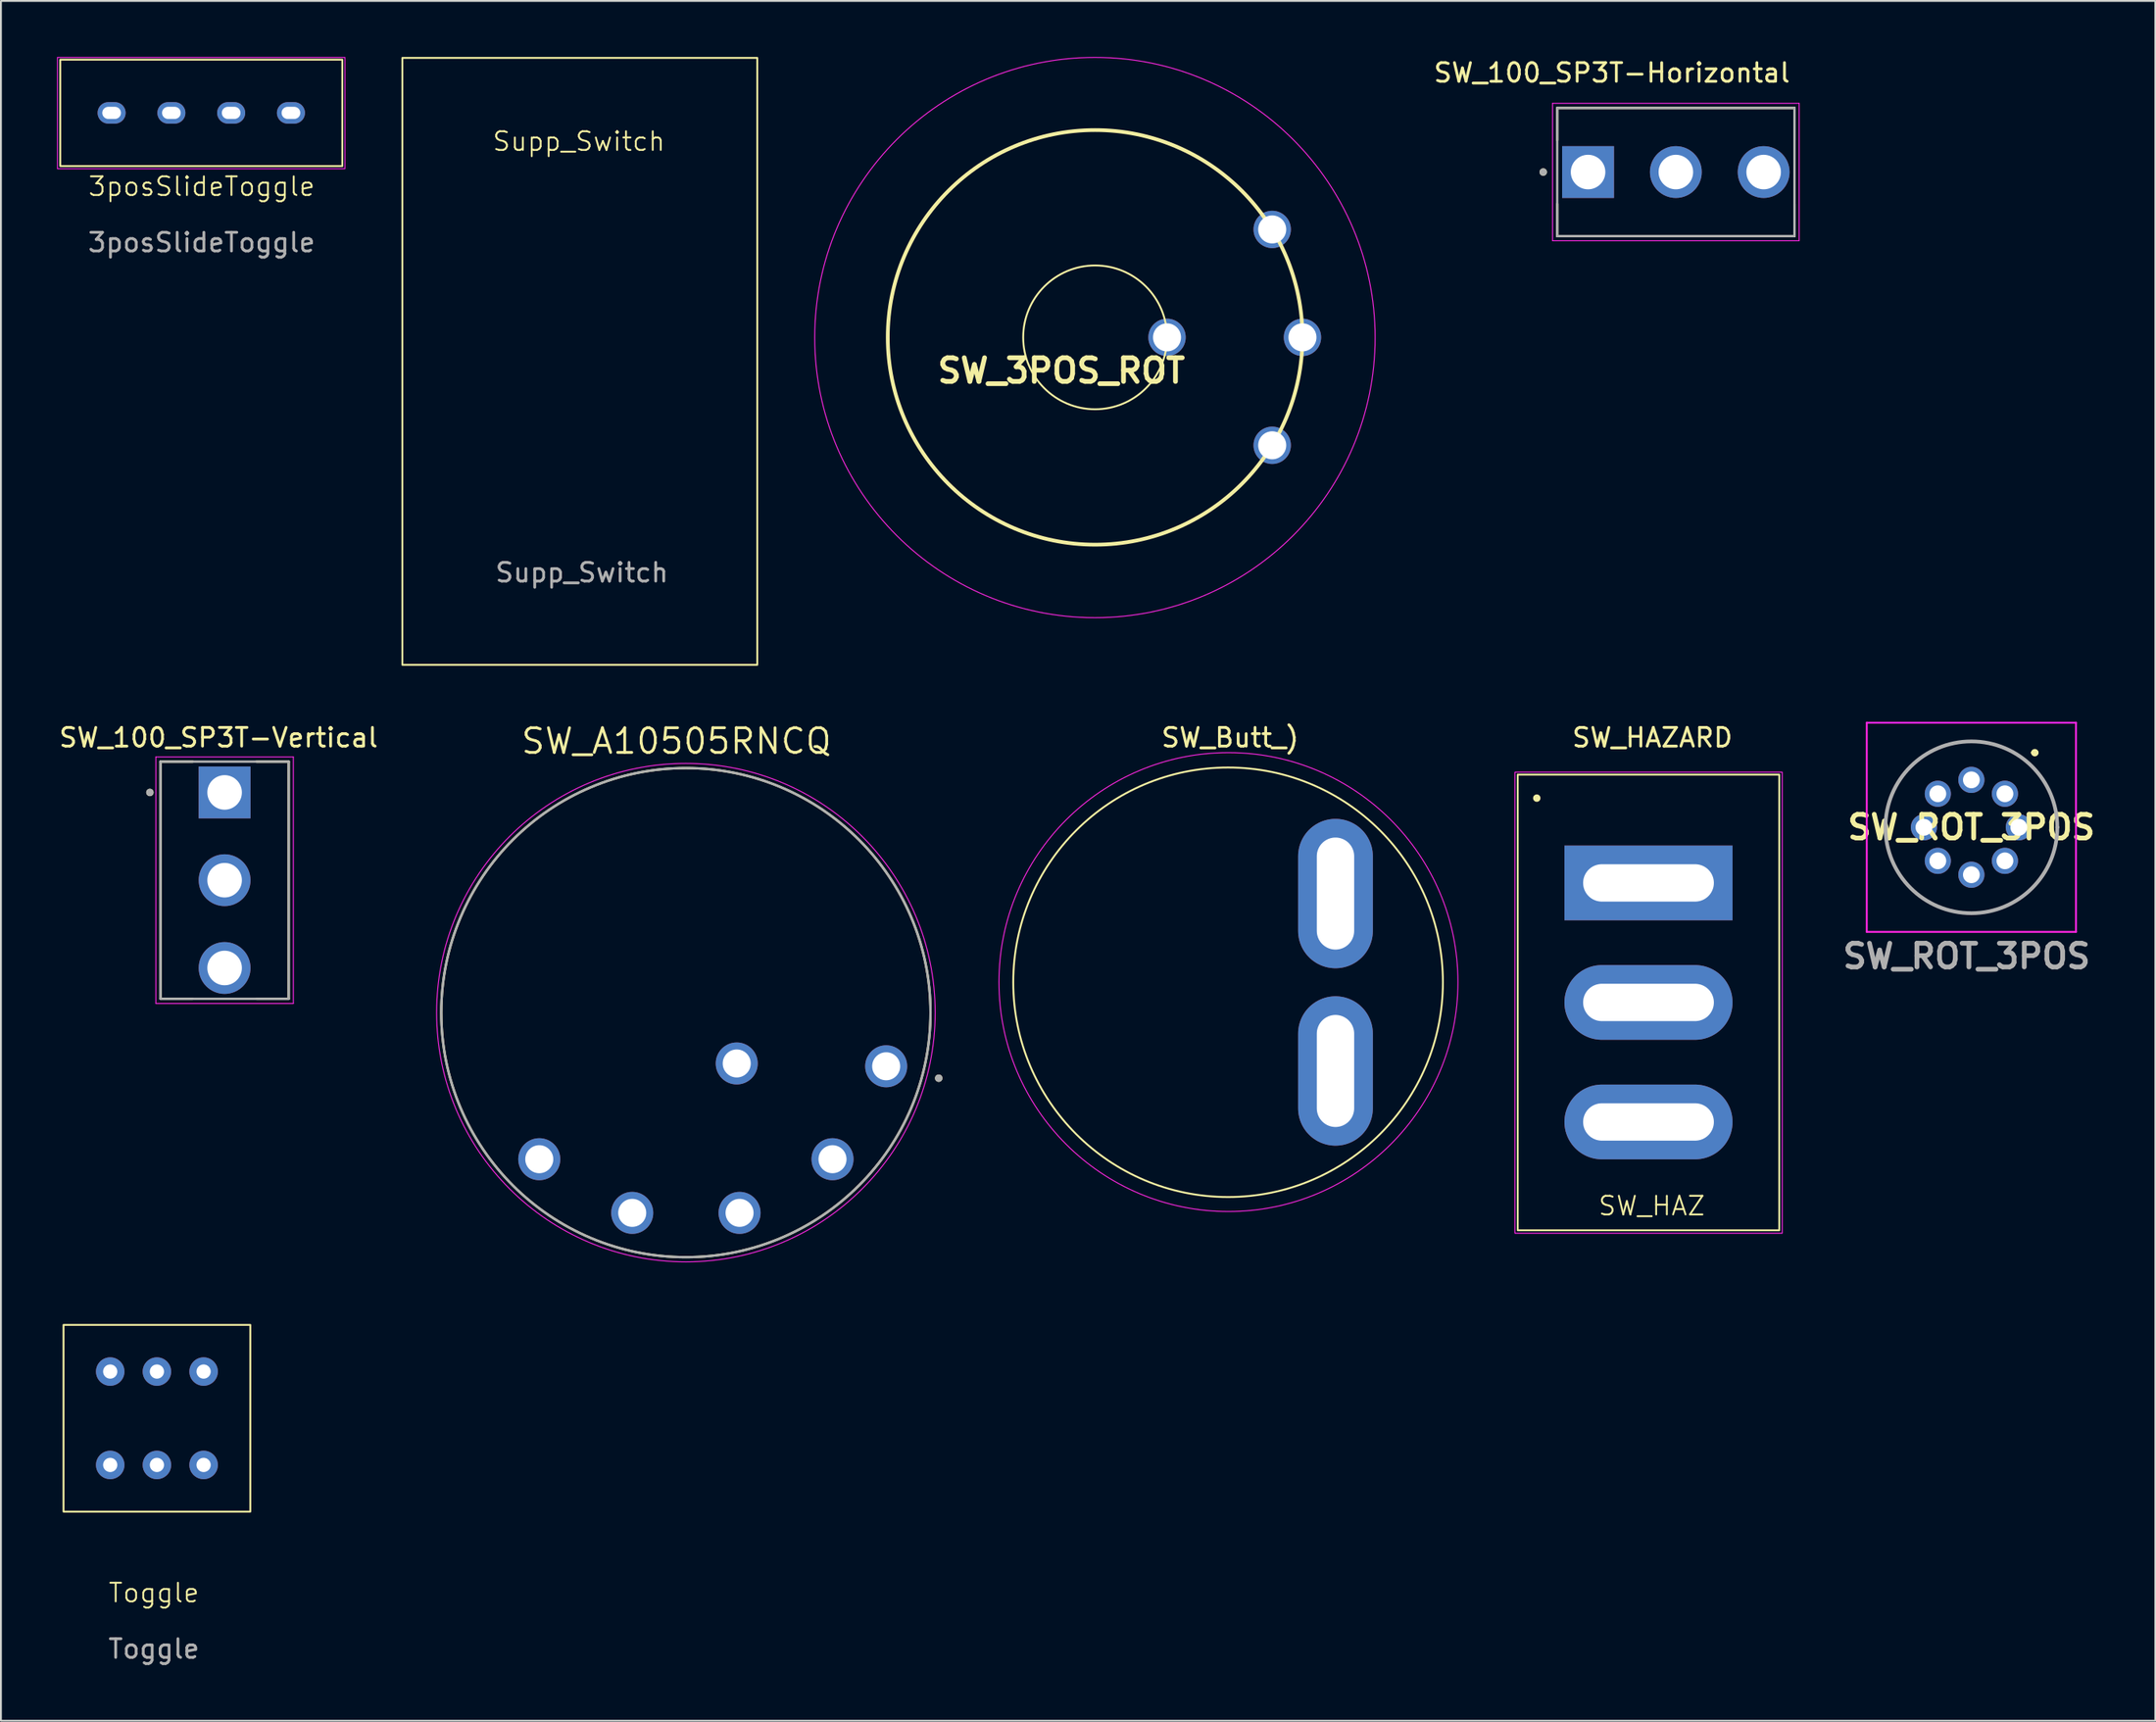
<source format=kicad_pcb>
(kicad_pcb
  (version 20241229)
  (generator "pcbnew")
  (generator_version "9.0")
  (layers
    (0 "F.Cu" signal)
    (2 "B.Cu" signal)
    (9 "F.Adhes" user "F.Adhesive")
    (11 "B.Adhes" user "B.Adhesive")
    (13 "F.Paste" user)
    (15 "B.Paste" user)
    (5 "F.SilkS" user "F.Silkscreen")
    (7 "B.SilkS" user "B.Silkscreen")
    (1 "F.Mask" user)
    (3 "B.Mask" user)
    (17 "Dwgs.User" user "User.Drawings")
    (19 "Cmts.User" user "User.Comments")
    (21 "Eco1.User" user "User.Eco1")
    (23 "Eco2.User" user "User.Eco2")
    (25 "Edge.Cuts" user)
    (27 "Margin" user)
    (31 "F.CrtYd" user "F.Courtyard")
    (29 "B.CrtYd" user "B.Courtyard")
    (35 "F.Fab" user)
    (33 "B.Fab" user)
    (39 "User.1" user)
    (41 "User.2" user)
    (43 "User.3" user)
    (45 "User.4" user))
  (footprint "SW_100_SP3T-Vertical"
    (layer "F.Cu")
    (at 8.974 44.083)
    (property "Reference" "SW_100_SP3T-Vertical" (at -0.325 -7.635 0) (layer "F.SilkS") (effects (font (size 1 1) (thickness 0.15))))
    (attr through_hole)
    (fp_line (start -3.43 6.35) (end -3.43 -6.35) (stroke (width 0.127) (type solid)) (layer "F.SilkS"))
    (fp_line (start -1.71 -6.35) (end -3.43 -6.35) (stroke (width 0.127) (type solid)) (layer "F.SilkS"))
    (fp_line (start -1.71 6.35) (end -3.43 6.35) (stroke (width 0.127) (type solid)) (layer "F.SilkS"))
    (fp_line (start 3.43 -6.35) (end 1.71 -6.35) (stroke (width 0.127) (type solid)) (layer "F.SilkS"))
    (fp_line (start 3.43 -6.35) (end 3.43 6.35) (stroke (width 0.127) (type solid)) (layer "F.SilkS"))
    (fp_line (start 3.43 6.35) (end 1.71 6.35) (stroke (width 0.127) (type solid)) (layer "F.SilkS"))
    (fp_circle (center -4 -4.7) (end -3.9 -4.7) (stroke (width 0.2) (type solid)) (fill no) (layer "F.SilkS"))
    (fp_line (start -3.68 -6.6) (end -3.68 6.6) (stroke (width 0.05) (type solid)) (layer "F.CrtYd"))
    (fp_line (start -3.68 6.6) (end 3.68 6.6) (stroke (width 0.05) (type solid)) (layer "F.CrtYd"))
    (fp_line (start 3.68 -6.6) (end -3.68 -6.6) (stroke (width 0.05) (type solid)) (layer "F.CrtYd"))
    (fp_line (start 3.68 6.6) (end 3.68 -6.6) (stroke (width 0.05) (type solid)) (layer "F.CrtYd"))
    (fp_line (start -3.43 -6.35) (end -3.43 6.35) (stroke (width 0.127) (type solid)) (layer "F.Fab"))
    (fp_line (start -3.43 6.35) (end 3.43 6.35) (stroke (width 0.127) (type solid)) (layer "F.Fab"))
    (fp_line (start 3.43 -6.35) (end -3.43 -6.35) (stroke (width 0.127) (type solid)) (layer "F.Fab"))
    (fp_line (start 3.43 6.35) (end 3.43 -6.35) (stroke (width 0.127) (type solid)) (layer "F.Fab"))
    (fp_circle (center -4 -4.7) (end -3.9 -4.7) (stroke (width 0.2) (type solid)) (fill no) (layer "F.Fab"))
    (pad "1" thru_hole rect (at 0 -4.7) (size 2.775 2.775) (drill 1.85) (layers "*.Cu" "*.Mask"))
    (pad "2" thru_hole circle (at 0 0) (size 2.775 2.775) (drill 1.85) (layers "*.Cu" "*.Mask"))
    (pad "3" thru_hole circle (at 0 4.7) (size 2.775 2.775) (drill 1.85) (layers "*.Cu" "*.Mask")))
  (footprint "3posSlideToggle"
    (layer "F.Cu")
    (at 7.725 2.995)
    (property "Reference" "3posSlideToggle" (at 0.02 3.94 0) (unlocked yes) (layer "F.SilkS") (effects (font (size 1 1) (thickness 0.1))))
    (attr through_hole)
    (fp_rect (start -7.55 -2.85) (end 7.55 2.85) (stroke (width 0.1) (type default)) (fill no) (layer "F.SilkS"))
    (fp_rect (start -7.7 -2.97) (end 7.69 2.99) (stroke (width 0.05) (type default)) (fill no) (layer "F.CrtYd"))
    (fp_text user "${REFERENCE}" (at 0.02 6.94 0) (unlocked yes) (layer "F.Fab") (effects (font (size 1 1) (thickness 0.15))))
    (pad "1" thru_hole oval (at -4.8 0) (size 1.5 1.15) (drill oval 1 0.65) (layers "*.Cu" "*.Mask"))
    (pad "2" thru_hole oval (at -1.6 0) (size 1.5 1.15) (drill oval 1 0.65) (layers "*.Cu" "*.Mask"))
    (pad "3" thru_hole oval (at 1.6 0) (size 1.5 1.15) (drill oval 1 0.65) (layers "*.Cu" "*.Mask"))
    (pad "4" thru_hole oval (at 4.8 0) (size 1.5 1.15) (drill oval 1 0.65) (layers "*.Cu" "*.Mask")))
  (footprint "SW_Butt_)"
    (layer "F.Cu")
    (at 62.693 49.548)
    (property "Reference" "SW_Butt_)" (at 0.11 -13.1 0) (layer "F.SilkS") (effects (font (size 1 1) (thickness 0.15))))
    (attr through_hole)
    (fp_circle (center 0 0) (end 11.5 0) (stroke (width 0.1) (type default)) (fill no) (layer "F.SilkS"))
    (fp_circle (center 0.02 -0.01) (end 8.51 8.87) (stroke (width 0.05) (type default)) (fill no) (layer "F.CrtYd"))
    (pad "1" thru_hole oval (at 5.75 -4.75 90) (size 8 4) (drill oval 6 2) (layers "*.Cu" "*.Mask"))
    (pad "2" thru_hole oval (at 5.75 4.75 90) (size 8 4) (drill oval 6 2) (layers "*.Cu" "*.Mask")))
  (footprint "SW_ROT_3POS"
    (layer "F.Cu")
    (at 104.28 39.454)
    (property "Reference" "SW_ROT_3POS" (at -1.796 1.796 0) (layer "F.SilkS") (effects (font (size 1.27 1.27) (thickness 0.254))))
    (attr through_hole)
    (fp_line (start -6.396 1.796) (end -6.396 1.796) (stroke (width 0.1) (type solid)) (layer "F.SilkS"))
    (fp_line (start 1.5 -2.2) (end 1.5 -2.2) (stroke (width 0.2) (type solid)) (layer "F.SilkS"))
    (fp_line (start 1.7 -2.2) (end 1.7 -2.2) (stroke (width 0.2) (type solid)) (layer "F.SilkS"))
    (fp_line (start 2.804 1.796) (end 2.804 1.796) (stroke (width 0.1) (type solid)) (layer "F.SilkS"))
    (fp_arc (start -6.396 1.796) (mid -1.796 -2.804) (end 2.804 1.796) (stroke (width 0.1) (type solid)) (layer "F.SilkS"))
    (fp_arc (start 1.5 -2.2) (mid 1.6 -2.3) (end 1.7 -2.2) (stroke (width 0.2) (type solid)) (layer "F.SilkS"))
    (fp_arc (start 1.7 -2.2) (mid 1.6 -2.1) (end 1.5 -2.2) (stroke (width 0.2) (type solid)) (layer "F.SilkS"))
    (fp_arc (start 2.804 1.796) (mid -1.796 6.396) (end -6.396 1.796) (stroke (width 0.1) (type solid)) (layer "F.SilkS"))
    (fp_line (start -7.396 -3.804) (end 3.804 -3.804) (stroke (width 0.1) (type solid)) (layer "F.CrtYd"))
    (fp_line (start -7.396 7.396) (end -7.396 -3.804) (stroke (width 0.1) (type solid)) (layer "F.CrtYd"))
    (fp_line (start 3.804 -3.804) (end 3.804 7.396) (stroke (width 0.1) (type solid)) (layer "F.CrtYd"))
    (fp_line (start 3.804 7.396) (end -7.396 7.396) (stroke (width 0.1) (type solid)) (layer "F.CrtYd"))
    (fp_line (start -6.396 1.796) (end -6.396 1.796) (stroke (width 0.2) (type solid)) (layer "F.Fab"))
    (fp_line (start 2.804 1.796) (end 2.804 1.796) (stroke (width 0.2) (type solid)) (layer "F.Fab"))
    (fp_arc (start -6.396 1.796) (mid -1.796 -2.804) (end 2.804 1.796) (stroke (width 0.2) (type solid)) (layer "F.Fab"))
    (fp_arc (start 2.804 1.796) (mid -1.796 6.396) (end -6.396 1.796) (stroke (width 0.2) (type solid)) (layer "F.Fab"))
    (fp_text user "${REFERENCE}" (at -2.05 8.7 0) (layer "F.Fab") (effects (font (size 1.27 1.27) (thickness 0.254))))
    (pad "1" thru_hole circle (at 0 0) (size 1.4 1.4) (drill 0.9) (layers "*.Cu" "*.Mask"))
    (pad "2" thru_hole circle (at 0.744 1.796) (size 1.4 1.4) (drill 0.9) (layers "*.Cu" "*.Mask"))
    (pad "3" thru_hole circle (at 0 3.592) (size 1.4 1.4) (drill 0.9) (layers "*.Cu" "*.Mask"))
    (pad "4" thru_hole circle (at -1.796 4.336) (size 1.4 1.4) (drill 0.9) (layers "*.Cu" "*.Mask"))
    (pad "5" thru_hole circle (at -3.592 3.592) (size 1.4 1.4) (drill 0.9) (layers "*.Cu" "*.Mask"))
    (pad "6" thru_hole circle (at -4.336 1.796) (size 1.4 1.4) (drill 0.9) (layers "*.Cu" "*.Mask"))
    (pad "7" thru_hole circle (at -3.592 0) (size 1.4 1.4) (drill 0.9) (layers "*.Cu" "*.Mask"))
    (pad "8" thru_hole circle (at -1.796 -0.744) (size 1.4 1.4) (drill 0.9) (layers "*.Cu" "*.Mask")))
  (footprint "Supp_Switch"
    (layer "F.Cu")
    (at 27.97 16.29)
    (property "Reference" "Supp_Switch" (at -0.03 -11.77 0) (unlocked yes) (layer "F.SilkS") (effects (font (size 1 1) (thickness 0.1))))
    (attr through_hole)
    (fp_rect (start -9.48 -16.24) (end 9.52 16.26) (stroke (width 0.1) (type default)) (fill no) (layer "F.SilkS"))
    (fp_text user "${REFERENCE}" (at 0.13 11.32 0) (unlocked yes) (layer "F.Fab") (effects (font (size 1 1) (thickness 0.15))))
    (zone (net_name "") (layer "F.SilkS") (hatch edge 0.5) (connect_pads) (min_thickness 0.25) (filled_areas_thickness no) (keepout (tracks not_allowed) (vias not_allowed) (pads not_allowed) (copperpour allowed) (footprints allowed)) (placement (enabled no)) (fill) (polygon (pts (xy 18.49 0.05) (xy 37.49 0.05) (xy 37.49 32.55) (xy 18.49 32.55)))))
  (footprint "SW_100_SP3T-Horizontal"
    (layer "F.Cu")
    (at 86.664 6.163)
    (property "Reference" "SW_100_SP3T-Horizontal" (at -3.425 -5.315 0) (layer "F.SilkS") (effects (font (size 1 1) (thickness 0.15))))
    (attr through_hole)
    (fp_line (start -6.35 -3.43) (end 6.35 -3.43) (stroke (width 0.127) (type solid)) (layer "F.SilkS"))
    (fp_line (start -6.35 -1.708) (end -6.35 -3.43) (stroke (width 0.127) (type solid)) (layer "F.SilkS"))
    (fp_line (start -6.35 3.43) (end -6.35 1.708) (stroke (width 0.127) (type solid)) (layer "F.SilkS"))
    (fp_line (start 6.35 -3.43) (end 6.35 -1.708) (stroke (width 0.127) (type solid)) (layer "F.SilkS"))
    (fp_line (start 6.35 3.43) (end -6.35 3.43) (stroke (width 0.127) (type solid)) (layer "F.SilkS"))
    (fp_line (start 6.35 3.43) (end 6.35 1.708) (stroke (width 0.127) (type solid)) (layer "F.SilkS"))
    (fp_circle (center -7.1 0) (end -7 0) (stroke (width 0.2) (type solid)) (fill no) (layer "F.SilkS"))
    (fp_line (start -6.6 -3.68) (end -6.6 3.68) (stroke (width 0.05) (type solid)) (layer "F.CrtYd"))
    (fp_line (start -6.6 3.68) (end 6.6 3.68) (stroke (width 0.05) (type solid)) (layer "F.CrtYd"))
    (fp_line (start 6.6 -3.68) (end -6.6 -3.68) (stroke (width 0.05) (type solid)) (layer "F.CrtYd"))
    (fp_line (start 6.6 3.68) (end 6.6 -3.68) (stroke (width 0.05) (type solid)) (layer "F.CrtYd"))
    (fp_line (start -6.35 -3.43) (end 6.35 -3.43) (stroke (width 0.127) (type solid)) (layer "F.Fab"))
    (fp_line (start -6.35 3.43) (end -6.35 -3.43) (stroke (width 0.127) (type solid)) (layer "F.Fab"))
    (fp_line (start 6.35 -3.43) (end 6.35 3.43) (stroke (width 0.127) (type solid)) (layer "F.Fab"))
    (fp_line (start 6.35 3.43) (end -6.35 3.43) (stroke (width 0.127) (type solid)) (layer "F.Fab"))
    (fp_circle (center -7.1 0) (end -7 0) (stroke (width 0.2) (type solid)) (fill no) (layer "F.Fab"))
    (pad "1" thru_hole rect (at -4.7 0) (size 2.775 2.775) (drill 1.85) (layers "*.Cu" "*.Mask"))
    (pad "2" thru_hole circle (at 0 0) (size 2.775 2.775) (drill 1.85) (layers "*.Cu" "*.Mask"))
    (pad "3" thru_hole circle (at 4.7 0) (size 2.775 2.775) (drill 1.85) (layers "*.Cu" "*.Mask")))
  (footprint "Toggle"
    (layer "F.Cu")
    (at 5.35 72.894)
    (property "Reference" "Toggle" (at -0.16 9.35 0) (unlocked yes) (layer "F.SilkS") (effects (font (size 1 1) (thickness 0.1))))
    (attr through_hole)
    (fp_rect (start -5 -5) (end 5 5) (stroke (width 0.1) (type default)) (fill no) (layer "F.SilkS"))
    (fp_rect (start -5.3 -5.3) (end 5.3 5.3) (stroke (width 0.1) (type default)) (fill no) (layer "Margin"))
    (fp_text user "${REFERENCE}" (at -0.16 12.35 0) (unlocked yes) (layer "F.Fab") (effects (font (size 1 1) (thickness 0.15))))
    (pad "1" thru_hole circle (at 2.5 2.5) (size 1.524 1.524) (drill 0.762) (layers "*.Cu" "*.Mask"))
    (pad "2" thru_hole circle (at 0 2.5) (size 1.524 1.524) (drill 0.762) (layers "*.Cu" "*.Mask"))
    (pad "3" thru_hole circle (at -2.5 2.5) (size 1.524 1.524) (drill 0.762) (layers "*.Cu" "*.Mask"))
    (pad "4" thru_hole circle (at 2.5 -2.5) (size 1.524 1.524) (drill 0.762) (layers "*.Cu" "*.Mask"))
    (pad "5" thru_hole circle (at 0 -2.5) (size 1.524 1.524) (drill 0.762) (layers "*.Cu" "*.Mask"))
    (pad "6" thru_hole circle (at -2.5 -2.5) (size 1.524 1.524) (drill 0.762) (layers "*.Cu" "*.Mask")))
  (footprint "SW_HAZARD"
    (layer "F.Cu")
    (at 85.199 50.618)
    (property "Reference" "SW_HAZARD" (at 0.21 -14.17 0) (layer "F.SilkS") (effects (font (size 1 1) (thickness 0.15))))
    (attr through_hole)
    (fp_rect (start -7 -12.19) (end 7 12.21) (stroke (width 0.1) (type default)) (fill no) (layer "F.SilkS"))
    (fp_circle (center -5.98 -10.93) (end -5.88 -10.93) (stroke (width 0.2) (type solid)) (fill no) (layer "F.SilkS"))
    (fp_rect (start -7.15 -12.32) (end 7.16 12.37) (stroke (width 0.05) (type default)) (fill no) (layer "F.CrtYd"))
    (fp_text user "SW_HAZ" (at -2.75 11.49 0) (unlocked yes) (layer "F.SilkS") (effects (font (size 1 1) (thickness 0.1)) (justify left bottom)))
    (pad "1" thru_hole rect (at 0 -6.39) (size 9 4) (drill oval 7 2) (layers "*.Cu" "*.Mask"))
    (pad "2" thru_hole oval (at 0 0.01) (size 9 4) (drill oval 7 2) (layers "*.Cu" "*.Mask"))
    (pad "3" thru_hole oval (at 0 6.41) (size 9 4) (drill oval 7 2) (layers "*.Cu" "*.Mask")))
  (footprint "SW_3POS_ROT"
    (layer "F.Cu")
    (at 55.565 15.005)
    (property "Reference" "SW_3POS_ROT" (at -1.796 1.796 0) (layer "F.SilkS") (effects (font (size 1.27 1.27) (thickness 0.254))))
    (attr through_hole)
    (fp_circle (center 0.01 0.01) (end 3.86 0.01) (stroke (width 0.1) (type default)) (fill no) (layer "F.SilkS"))
    (fp_circle (center 0.01 0.01) (end 11.11 0.01) (stroke (width 0.2) (type default)) (fill no) (layer "F.SilkS"))
    (fp_circle (center 0 0.02) (end 15 0.02) (stroke (width 0.05) (type default)) (fill no) (layer "F.CrtYd"))
    (pad "1" thru_hole oval (at 3.86 0.01 90) (size 2 2) (drill oval 1.5) (layers "*.Cu" "*.Mask"))
    (pad "2" thru_hole oval (at 9.49 5.79 90) (size 2 2) (drill oval 1.5) (layers "*.Cu" "*.Mask"))
    (pad "3" thru_hole oval (at 11.11 0.01 90) (size 2 2) (drill oval 1.5) (layers "*.Cu" "*.Mask"))
    (pad "4" thru_hole oval (at 9.49 -5.77 90) (size 2 2) (drill oval 1.5) (layers "*.Cu" "*.Mask")))
  (footprint "SW_A10505RNCQ"
    (layer "F.Cu")
    (at 33.668 51.174)
    (property "Reference" "SW_A10505RNCQ" (at -0.509 -14.538 0) (layer "F.SilkS") (effects (font (size 1.32 1.32) (thickness 0.15))))
    (attr through_hole)
    (fp_circle (center 0 0) (end 13.095 0) (stroke (width 0.127) (type solid)) (fill no) (layer "F.SilkS"))
    (fp_circle (center 13.535 3.511) (end 13.635 3.511) (stroke (width 0.2) (type solid)) (fill no) (layer "F.SilkS"))
    (fp_circle (center 0 0) (end 13.345 0) (stroke (width 0.05) (type solid)) (fill no) (layer "F.CrtYd"))
    (fp_circle (center 0 0) (end 13.095 0) (stroke (width 0.127) (type solid)) (fill no) (layer "F.Fab"))
    (fp_circle (center 13.535 3.511) (end 13.635 3.511) (stroke (width 0.2) (type solid)) (fill no) (layer "F.Fab"))
    (pad "1" thru_hole circle (at 10.722 2.873) (size 2.25 2.25) (drill 1.5) (layers "*.Cu" "*.Mask"))
    (pad "2" thru_hole circle (at 7.849 7.849) (size 2.25 2.25) (drill 1.5) (layers "*.Cu" "*.Mask"))
    (pad "3" thru_hole circle (at 2.873 10.722) (size 2.25 2.25) (drill 1.5) (layers "*.Cu" "*.Mask"))
    (pad "4" thru_hole circle (at -2.873 10.722) (size 2.25 2.25) (drill 1.5) (layers "*.Cu" "*.Mask"))
    (pad "5" thru_hole circle (at -7.849 7.849) (size 2.25 2.25) (drill 1.5) (layers "*.Cu" "*.Mask"))
    (pad "A" thru_hole circle (at 2.722 2.722) (size 2.25 2.25) (drill 1.5) (layers "*.Cu" "*.Mask")))
  (gr_rect
    (start -3 -3)
    (end 112.33 89.092)
    (stroke (width 0.1) (type default))
    (fill no)
    (layer "Edge.Cuts")))
</source>
